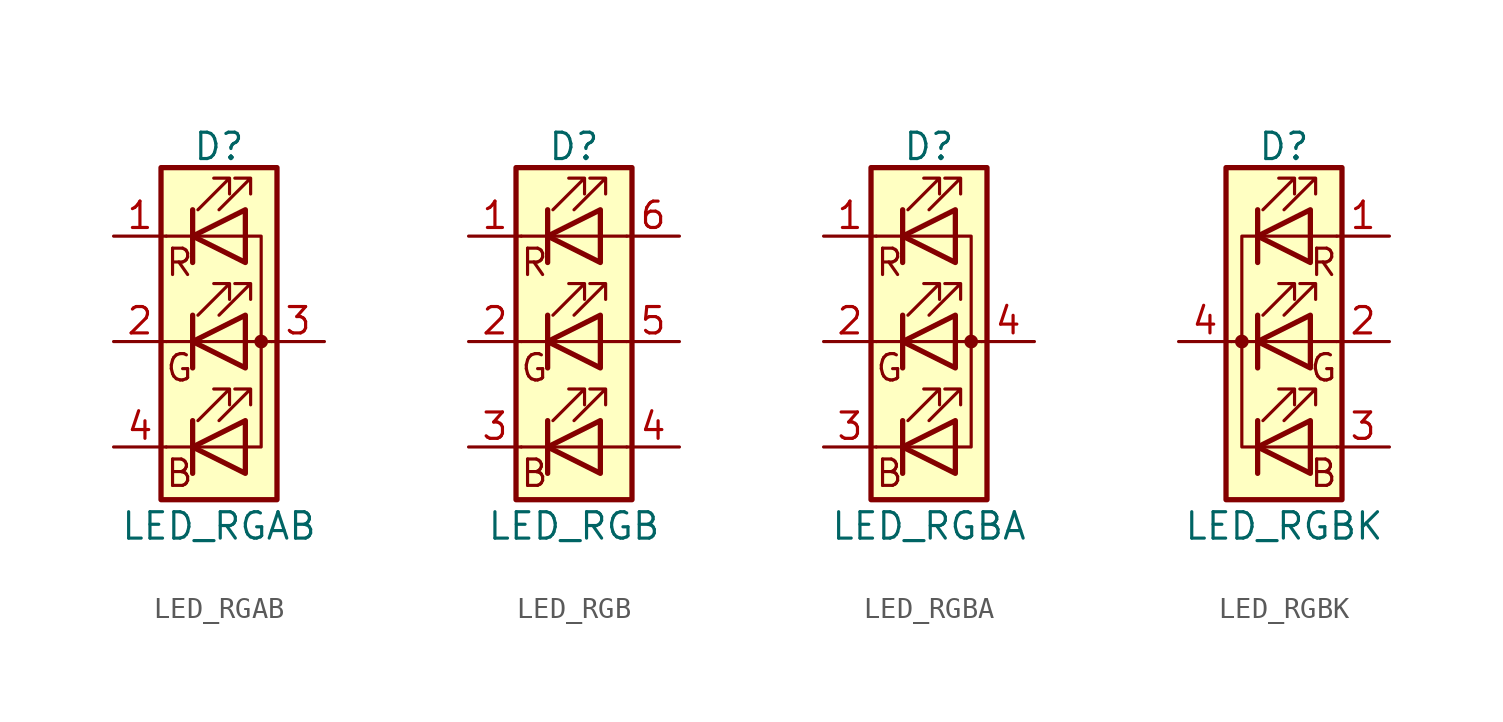
<source format=kicad_sym>
(kicad_symbol_lib
  (version 20241209)
  (generator "kicad_symbol_editor")
  (generator_version "9.0")
  (symbol "LED_RGAB"
    (pin_names
      (offset 0)
      (hide yes))
    (property "Reference" "D"
      (at 0 9.398 0)
      (effects (font (size 1.27 1.27))))
    (property "Value" "LED_RGAB"
      (at 0 -8.89 0)
      (effects (font (size 1.27 1.27))))
    (symbol "LED_RGAB_0_0"
      (text "R" (at -1.905 3.81 0) (effects (font (size 1.27 1.27))))
      (text "G" (at -1.905 -1.27 0) (effects (font (size 1.27 1.27))))
      (text "B" (at -1.905 -6.35 0) (effects (font (size 1.27 1.27)))))
    (symbol "LED_RGAB_0_1"
      (polyline (pts (xy -1.27 6.35) (xy -1.27 3.81)) (stroke (width 0.254) (type default)) (fill (type none)))
      (polyline (pts (xy -1.27 6.35) (xy -1.27 3.81) (xy -1.27 3.81)) (stroke (width 0) (type default)) (fill (type none)))
      (polyline (pts (xy -1.27 5.08) (xy -2.54 5.08)) (stroke (width 0) (type default)) (fill (type none)))
      (polyline (pts (xy -1.27 5.08) (xy 1.27 5.08)) (stroke (width 0) (type default)) (fill (type none)))
      (polyline (pts (xy -1.27 1.27) (xy -1.27 -1.27)) (stroke (width 0.254) (type default)) (fill (type none)))
      (polyline (pts (xy -1.27 1.27) (xy -1.27 -1.27) (xy -1.27 -1.27)) (stroke (width 0) (type default)) (fill (type none)))
      (polyline (pts (xy -1.27 0) (xy -2.54 0)) (stroke (width 0) (type default)) (fill (type none)))
      (polyline (pts (xy -1.27 -3.81) (xy -1.27 -6.35)) (stroke (width 0.254) (type default)) (fill (type none)))
      (polyline (pts (xy -1.27 -5.08) (xy -2.54 -5.08)) (stroke (width 0) (type default)) (fill (type none)))
      (polyline (pts (xy -1.27 -5.08) (xy 1.27 -5.08)) (stroke (width 0) (type default)) (fill (type none)))
      (polyline (pts (xy -1.016 6.35) (xy 0.508 7.874) (xy -0.254 7.874) (xy 0.508 7.874) (xy 0.508 7.112)) (stroke (width 0) (type default)) (fill (type none)))
      (polyline (pts (xy -1.016 1.27) (xy 0.508 2.794) (xy -0.254 2.794) (xy 0.508 2.794) (xy 0.508 2.032)) (stroke (width 0) (type default)) (fill (type none)))
      (polyline (pts (xy -1.016 -3.81) (xy 0.508 -2.286) (xy -0.254 -2.286) (xy 0.508 -2.286) (xy 0.508 -3.048)) (stroke (width 0) (type default)) (fill (type none)))
      (polyline (pts (xy 0 6.35) (xy 1.524 7.874) (xy 0.762 7.874) (xy 1.524 7.874) (xy 1.524 7.112)) (stroke (width 0) (type default)) (fill (type none)))
      (polyline (pts (xy 0 1.27) (xy 1.524 2.794) (xy 0.762 2.794) (xy 1.524 2.794) (xy 1.524 2.032)) (stroke (width 0) (type default)) (fill (type none)))
      (polyline (pts (xy 0 -3.81) (xy 1.524 -2.286) (xy 0.762 -2.286) (xy 1.524 -2.286) (xy 1.524 -3.048)) (stroke (width 0) (type default)) (fill (type none)))
      (polyline (pts (xy 1.27 6.35) (xy 1.27 3.81) (xy -1.27 5.08) (xy 1.27 6.35)) (stroke (width 0.254) (type default)) (fill (type none)))
      (rectangle (start 1.27 6.35) (end 1.27 6.35) (stroke (width 0) (type default)) (fill (type none)))
      (rectangle (start 1.27 3.81) (end 1.27 6.35) (stroke (width 0) (type default)) (fill (type none)))
      (polyline (pts (xy 1.27 1.27) (xy 1.27 -1.27) (xy -1.27 0) (xy 1.27 1.27)) (stroke (width 0.254) (type default)) (fill (type none)))
      (rectangle (start 1.27 1.27) (end 1.27 1.27) (stroke (width 0) (type default)) (fill (type none)))
      (polyline (pts (xy 1.27 0) (xy -1.27 0)) (stroke (width 0) (type default)) (fill (type none)))
      (polyline (pts (xy 1.27 0) (xy 2.54 0)) (stroke (width 0) (type default)) (fill (type none)))
      (rectangle (start 1.27 -1.27) (end 1.27 1.27) (stroke (width 0) (type default)) (fill (type none)))
      (polyline (pts (xy 1.27 -3.81) (xy 1.27 -6.35) (xy -1.27 -5.08) (xy 1.27 -3.81)) (stroke (width 0.254) (type default)) (fill (type none)))
      (polyline (pts (xy 1.27 -5.08) (xy 2.032 -5.08) (xy 2.032 5.08) (xy 1.27 5.08)) (stroke (width 0) (type default)) (fill (type none)))
      (circle (center 2.032 0) (radius 0.254) (stroke (width 0) (type default)) (fill (type outline)))
      (rectangle (start 2.794 8.382) (end -2.794 -7.62) (stroke (width 0.254) (type default)) (fill (type background))))
    (symbol "LED_RGAB_1_1"
      (pin passive line (at -5.08 5.08 0) (length 2.54) (name "RK" (effects (font (size 1.27 1.27)))) (number "1" (effects (font (size 1.27 1.27)))))
      (pin passive line (at -5.08 0 0) (length 2.54) (name "GK" (effects (font (size 1.27 1.27)))) (number "2" (effects (font (size 1.27 1.27)))))
      (pin passive line (at -5.08 -5.08 0) (length 2.54) (name "BK" (effects (font (size 1.27 1.27)))) (number "4" (effects (font (size 1.27 1.27)))))
      (pin passive line (at 5.08 0 180) (length 2.54) (name "A" (effects (font (size 1.27 1.27)))) (number "3" (effects (font (size 1.27 1.27)))))))
  (symbol "LED_RGB"
    (pin_names
      (offset 0)
      (hide yes))
    (property "Reference" "D"
      (at 0 9.398 0)
      (effects (font (size 1.27 1.27))))
    (property "Value" "LED_RGB"
      (at 0 -8.89 0)
      (effects (font (size 1.27 1.27))))
    (symbol "LED_RGB_0_0"
      (text "R" (at -1.905 3.81 0) (effects (font (size 1.27 1.27))))
      (text "G" (at -1.905 -1.27 0) (effects (font (size 1.27 1.27))))
      (text "B" (at -1.905 -6.35 0) (effects (font (size 1.27 1.27)))))
    (symbol "LED_RGB_0_1"
      (polyline (pts (xy -1.27 6.35) (xy -1.27 3.81)) (stroke (width 0.254) (type default)) (fill (type none)))
      (polyline (pts (xy -1.27 6.35) (xy -1.27 3.81) (xy -1.27 3.81)) (stroke (width 0) (type default)) (fill (type none)))
      (polyline (pts (xy -1.27 5.08) (xy -2.54 5.08)) (stroke (width 0) (type default)) (fill (type none)))
      (polyline (pts (xy -1.27 5.08) (xy 1.27 5.08)) (stroke (width 0) (type default)) (fill (type none)))
      (polyline (pts (xy -1.27 1.27) (xy -1.27 -1.27)) (stroke (width 0.254) (type default)) (fill (type none)))
      (polyline (pts (xy -1.27 1.27) (xy -1.27 -1.27) (xy -1.27 -1.27)) (stroke (width 0) (type default)) (fill (type none)))
      (polyline (pts (xy -1.27 0) (xy -2.54 0)) (stroke (width 0) (type default)) (fill (type none)))
      (polyline (pts (xy -1.27 -3.81) (xy -1.27 -6.35)) (stroke (width 0.254) (type default)) (fill (type none)))
      (polyline (pts (xy -1.27 -5.08) (xy -2.54 -5.08)) (stroke (width 0) (type default)) (fill (type none)))
      (polyline (pts (xy -1.27 -5.08) (xy 1.27 -5.08)) (stroke (width 0) (type default)) (fill (type none)))
      (polyline (pts (xy -1.016 6.35) (xy 0.508 7.874) (xy -0.254 7.874) (xy 0.508 7.874) (xy 0.508 7.112)) (stroke (width 0) (type default)) (fill (type none)))
      (polyline (pts (xy -1.016 1.27) (xy 0.508 2.794) (xy -0.254 2.794) (xy 0.508 2.794) (xy 0.508 2.032)) (stroke (width 0) (type default)) (fill (type none)))
      (polyline (pts (xy -1.016 -3.81) (xy 0.508 -2.286) (xy -0.254 -2.286) (xy 0.508 -2.286) (xy 0.508 -3.048)) (stroke (width 0) (type default)) (fill (type none)))
      (polyline (pts (xy 0 6.35) (xy 1.524 7.874) (xy 0.762 7.874) (xy 1.524 7.874) (xy 1.524 7.112)) (stroke (width 0) (type default)) (fill (type none)))
      (polyline (pts (xy 0 1.27) (xy 1.524 2.794) (xy 0.762 2.794) (xy 1.524 2.794) (xy 1.524 2.032)) (stroke (width 0) (type default)) (fill (type none)))
      (polyline (pts (xy 0 -3.81) (xy 1.524 -2.286) (xy 0.762 -2.286) (xy 1.524 -2.286) (xy 1.524 -3.048)) (stroke (width 0) (type default)) (fill (type none)))
      (polyline (pts (xy 1.27 6.35) (xy 1.27 3.81) (xy -1.27 5.08) (xy 1.27 6.35)) (stroke (width 0.254) (type default)) (fill (type none)))
      (rectangle (start 1.27 6.35) (end 1.27 6.35) (stroke (width 0) (type default)) (fill (type none)))
      (polyline (pts (xy 1.27 5.08) (xy 2.54 5.08)) (stroke (width 0) (type default)) (fill (type none)))
      (rectangle (start 1.27 3.81) (end 1.27 6.35) (stroke (width 0) (type default)) (fill (type none)))
      (polyline (pts (xy 1.27 1.27) (xy 1.27 -1.27) (xy -1.27 0) (xy 1.27 1.27)) (stroke (width 0.254) (type default)) (fill (type none)))
      (rectangle (start 1.27 1.27) (end 1.27 1.27) (stroke (width 0) (type default)) (fill (type none)))
      (polyline (pts (xy 1.27 0) (xy -1.27 0)) (stroke (width 0) (type default)) (fill (type none)))
      (polyline (pts (xy 1.27 0) (xy 2.54 0)) (stroke (width 0) (type default)) (fill (type none)))
      (rectangle (start 1.27 -1.27) (end 1.27 1.27) (stroke (width 0) (type default)) (fill (type none)))
      (polyline (pts (xy 1.27 -3.81) (xy 1.27 -6.35) (xy -1.27 -5.08) (xy 1.27 -3.81)) (stroke (width 0.254) (type default)) (fill (type none)))
      (polyline (pts (xy 1.27 -5.08) (xy 2.54 -5.08)) (stroke (width 0) (type default)) (fill (type none)))
      (rectangle (start 2.794 8.382) (end -2.794 -7.62) (stroke (width 0.254) (type default)) (fill (type background))))
    (symbol "LED_RGB_1_1"
      (pin passive line (at -5.08 5.08 0) (length 2.54) (name "RK" (effects (font (size 1.27 1.27)))) (number "1" (effects (font (size 1.27 1.27)))))
      (pin passive line (at -5.08 0 0) (length 2.54) (name "GK" (effects (font (size 1.27 1.27)))) (number "2" (effects (font (size 1.27 1.27)))))
      (pin passive line (at -5.08 -5.08 0) (length 2.54) (name "BK" (effects (font (size 1.27 1.27)))) (number "3" (effects (font (size 1.27 1.27)))))
      (pin passive line (at 5.08 5.08 180) (length 2.54) (name "RA" (effects (font (size 1.27 1.27)))) (number "6" (effects (font (size 1.27 1.27)))))
      (pin passive line (at 5.08 0 180) (length 2.54) (name "GA" (effects (font (size 1.27 1.27)))) (number "5" (effects (font (size 1.27 1.27)))))
      (pin passive line (at 5.08 -5.08 180) (length 2.54) (name "BA" (effects (font (size 1.27 1.27)))) (number "4" (effects (font (size 1.27 1.27)))))))
  (symbol "LED_RGBA"
    (pin_names
      (offset 0)
      (hide yes))
    (property "Reference" "D"
      (at 0 9.398 0)
      (effects (font (size 1.27 1.27))))
    (property "Value" "LED_RGBA"
      (at 0 -8.89 0)
      (effects (font (size 1.27 1.27))))
    (symbol "LED_RGBA_0_0"
      (text "R" (at -1.905 3.81 0) (effects (font (size 1.27 1.27))))
      (text "G" (at -1.905 -1.27 0) (effects (font (size 1.27 1.27))))
      (text "B" (at -1.905 -6.35 0) (effects (font (size 1.27 1.27)))))
    (symbol "LED_RGBA_0_1"
      (polyline (pts (xy -1.27 6.35) (xy -1.27 3.81)) (stroke (width 0.254) (type default)) (fill (type none)))
      (polyline (pts (xy -1.27 6.35) (xy -1.27 3.81) (xy -1.27 3.81)) (stroke (width 0) (type default)) (fill (type none)))
      (polyline (pts (xy -1.27 5.08) (xy -2.54 5.08)) (stroke (width 0) (type default)) (fill (type none)))
      (polyline (pts (xy -1.27 5.08) (xy 1.27 5.08)) (stroke (width 0) (type default)) (fill (type none)))
      (polyline (pts (xy -1.27 1.27) (xy -1.27 -1.27)) (stroke (width 0.254) (type default)) (fill (type none)))
      (polyline (pts (xy -1.27 1.27) (xy -1.27 -1.27) (xy -1.27 -1.27)) (stroke (width 0) (type default)) (fill (type none)))
      (polyline (pts (xy -1.27 0) (xy -2.54 0)) (stroke (width 0) (type default)) (fill (type none)))
      (polyline (pts (xy -1.27 -3.81) (xy -1.27 -6.35)) (stroke (width 0.254) (type default)) (fill (type none)))
      (polyline (pts (xy -1.27 -5.08) (xy -2.54 -5.08)) (stroke (width 0) (type default)) (fill (type none)))
      (polyline (pts (xy -1.27 -5.08) (xy 1.27 -5.08)) (stroke (width 0) (type default)) (fill (type none)))
      (polyline (pts (xy -1.016 6.35) (xy 0.508 7.874) (xy -0.254 7.874) (xy 0.508 7.874) (xy 0.508 7.112)) (stroke (width 0) (type default)) (fill (type none)))
      (polyline (pts (xy -1.016 1.27) (xy 0.508 2.794) (xy -0.254 2.794) (xy 0.508 2.794) (xy 0.508 2.032)) (stroke (width 0) (type default)) (fill (type none)))
      (polyline (pts (xy -1.016 -3.81) (xy 0.508 -2.286) (xy -0.254 -2.286) (xy 0.508 -2.286) (xy 0.508 -3.048)) (stroke (width 0) (type default)) (fill (type none)))
      (polyline (pts (xy 0 6.35) (xy 1.524 7.874) (xy 0.762 7.874) (xy 1.524 7.874) (xy 1.524 7.112)) (stroke (width 0) (type default)) (fill (type none)))
      (polyline (pts (xy 0 1.27) (xy 1.524 2.794) (xy 0.762 2.794) (xy 1.524 2.794) (xy 1.524 2.032)) (stroke (width 0) (type default)) (fill (type none)))
      (polyline (pts (xy 0 -3.81) (xy 1.524 -2.286) (xy 0.762 -2.286) (xy 1.524 -2.286) (xy 1.524 -3.048)) (stroke (width 0) (type default)) (fill (type none)))
      (polyline (pts (xy 1.27 6.35) (xy 1.27 3.81) (xy -1.27 5.08) (xy 1.27 6.35)) (stroke (width 0.254) (type default)) (fill (type none)))
      (rectangle (start 1.27 6.35) (end 1.27 6.35) (stroke (width 0) (type default)) (fill (type none)))
      (rectangle (start 1.27 3.81) (end 1.27 6.35) (stroke (width 0) (type default)) (fill (type none)))
      (polyline (pts (xy 1.27 1.27) (xy 1.27 -1.27) (xy -1.27 0) (xy 1.27 1.27)) (stroke (width 0.254) (type default)) (fill (type none)))
      (rectangle (start 1.27 1.27) (end 1.27 1.27) (stroke (width 0) (type default)) (fill (type none)))
      (polyline (pts (xy 1.27 0) (xy -1.27 0)) (stroke (width 0) (type default)) (fill (type none)))
      (polyline (pts (xy 1.27 0) (xy 2.54 0)) (stroke (width 0) (type default)) (fill (type none)))
      (rectangle (start 1.27 -1.27) (end 1.27 1.27) (stroke (width 0) (type default)) (fill (type none)))
      (polyline (pts (xy 1.27 -3.81) (xy 1.27 -6.35) (xy -1.27 -5.08) (xy 1.27 -3.81)) (stroke (width 0.254) (type default)) (fill (type none)))
      (polyline (pts (xy 1.27 -5.08) (xy 2.032 -5.08) (xy 2.032 5.08) (xy 1.27 5.08)) (stroke (width 0) (type default)) (fill (type none)))
      (circle (center 2.032 0) (radius 0.254) (stroke (width 0) (type default)) (fill (type outline)))
      (rectangle (start 2.794 8.382) (end -2.794 -7.62) (stroke (width 0.254) (type default)) (fill (type background))))
    (symbol "LED_RGBA_1_1"
      (pin passive line (at -5.08 5.08 0) (length 2.54) (name "RK" (effects (font (size 1.27 1.27)))) (number "1" (effects (font (size 1.27 1.27)))))
      (pin passive line (at -5.08 0 0) (length 2.54) (name "GK" (effects (font (size 1.27 1.27)))) (number "2" (effects (font (size 1.27 1.27)))))
      (pin passive line (at -5.08 -5.08 0) (length 2.54) (name "BK" (effects (font (size 1.27 1.27)))) (number "3" (effects (font (size 1.27 1.27)))))
      (pin passive line (at 5.08 0 180) (length 2.54) (name "A" (effects (font (size 1.27 1.27)))) (number "4" (effects (font (size 1.27 1.27)))))))
  (symbol "LED_RGBK"
    (pin_names
      (offset 0)
      (hide yes))
    (property "Reference" "D"
      (at 0 9.398 0)
      (effects (font (size 1.27 1.27))))
    (property "Value" "LED_RGBK"
      (at 0 -8.89 0)
      (effects (font (size 1.27 1.27))))
    (symbol "LED_RGBK_0_0"
      (text "R" (at 1.905 3.81 0) (effects (font (size 1.27 1.27))))
      (text "G" (at 1.905 -1.27 0) (effects (font (size 1.27 1.27))))
      (text "B" (at 1.905 -6.35 0) (effects (font (size 1.27 1.27)))))
    (symbol "LED_RGBK_0_1"
      (circle (center -2.032 0) (radius 0.254) (stroke (width 0) (type default)) (fill (type outline)))
      (polyline (pts (xy -1.27 6.35) (xy -1.27 3.81)) (stroke (width 0.254) (type default)) (fill (type none)))
      (polyline (pts (xy -1.27 6.35) (xy -1.27 3.81) (xy -1.27 3.81)) (stroke (width 0) (type default)) (fill (type none)))
      (polyline (pts (xy -1.27 5.08) (xy 1.27 5.08)) (stroke (width 0) (type default)) (fill (type none)))
      (polyline (pts (xy -1.27 5.08) (xy -2.032 5.08) (xy -2.032 -5.08) (xy -1.016 -5.08)) (stroke (width 0) (type default)) (fill (type none)))
      (polyline (pts (xy -1.27 1.27) (xy -1.27 -1.27)) (stroke (width 0.254) (type default)) (fill (type none)))
      (polyline (pts (xy -1.27 1.27) (xy -1.27 -1.27) (xy -1.27 -1.27)) (stroke (width 0) (type default)) (fill (type none)))
      (polyline (pts (xy -1.27 0) (xy -2.54 0)) (stroke (width 0) (type default)) (fill (type none)))
      (polyline (pts (xy -1.27 -3.81) (xy -1.27 -6.35)) (stroke (width 0.254) (type default)) (fill (type none)))
      (polyline (pts (xy -1.27 -5.08) (xy 1.27 -5.08)) (stroke (width 0) (type default)) (fill (type none)))
      (polyline (pts (xy -1.016 6.35) (xy 0.508 7.874) (xy -0.254 7.874) (xy 0.508 7.874) (xy 0.508 7.112)) (stroke (width 0) (type default)) (fill (type none)))
      (polyline (pts (xy -1.016 1.27) (xy 0.508 2.794) (xy -0.254 2.794) (xy 0.508 2.794) (xy 0.508 2.032)) (stroke (width 0) (type default)) (fill (type none)))
      (polyline (pts (xy -1.016 -3.81) (xy 0.508 -2.286) (xy -0.254 -2.286) (xy 0.508 -2.286) (xy 0.508 -3.048)) (stroke (width 0) (type default)) (fill (type none)))
      (polyline (pts (xy 0 6.35) (xy 1.524 7.874) (xy 0.762 7.874) (xy 1.524 7.874) (xy 1.524 7.112)) (stroke (width 0) (type default)) (fill (type none)))
      (polyline (pts (xy 0 1.27) (xy 1.524 2.794) (xy 0.762 2.794) (xy 1.524 2.794) (xy 1.524 2.032)) (stroke (width 0) (type default)) (fill (type none)))
      (polyline (pts (xy 0 -3.81) (xy 1.524 -2.286) (xy 0.762 -2.286) (xy 1.524 -2.286) (xy 1.524 -3.048)) (stroke (width 0) (type default)) (fill (type none)))
      (polyline (pts (xy 1.27 6.35) (xy 1.27 3.81) (xy -1.27 5.08) (xy 1.27 6.35)) (stroke (width 0.254) (type default)) (fill (type none)))
      (rectangle (start 1.27 6.35) (end 1.27 6.35) (stroke (width 0) (type default)) (fill (type none)))
      (polyline (pts (xy 1.27 5.08) (xy 2.54 5.08)) (stroke (width 0) (type default)) (fill (type none)))
      (rectangle (start 1.27 3.81) (end 1.27 6.35) (stroke (width 0) (type default)) (fill (type none)))
      (polyline (pts (xy 1.27 1.27) (xy 1.27 -1.27) (xy -1.27 0) (xy 1.27 1.27)) (stroke (width 0.254) (type default)) (fill (type none)))
      (rectangle (start 1.27 1.27) (end 1.27 1.27) (stroke (width 0) (type default)) (fill (type none)))
      (polyline (pts (xy 1.27 0) (xy -1.27 0)) (stroke (width 0) (type default)) (fill (type none)))
      (polyline (pts (xy 1.27 0) (xy 2.54 0)) (stroke (width 0) (type default)) (fill (type none)))
      (rectangle (start 1.27 -1.27) (end 1.27 1.27) (stroke (width 0) (type default)) (fill (type none)))
      (polyline (pts (xy 1.27 -3.81) (xy 1.27 -6.35) (xy -1.27 -5.08) (xy 1.27 -3.81)) (stroke (width 0.254) (type default)) (fill (type none)))
      (polyline (pts (xy 1.27 -5.08) (xy 2.54 -5.08)) (stroke (width 0) (type default)) (fill (type none)))
      (rectangle (start 2.794 8.382) (end -2.794 -7.62) (stroke (width 0.254) (type default)) (fill (type background))))
    (symbol "LED_RGBK_1_1"
      (pin passive line (at -5.08 0 0) (length 2.54) (name "K" (effects (font (size 1.27 1.27)))) (number "4" (effects (font (size 1.27 1.27)))))
      (pin passive line (at 5.08 5.08 180) (length 2.54) (name "RA" (effects (font (size 1.27 1.27)))) (number "1" (effects (font (size 1.27 1.27)))))
      (pin passive line (at 5.08 0 180) (length 2.54) (name "GA" (effects (font (size 1.27 1.27)))) (number "2" (effects (font (size 1.27 1.27)))))
      (pin passive line (at 5.08 -5.08 180) (length 2.54) (name "BA" (effects (font (size 1.27 1.27)))) (number "3" (effects (font (size 1.27 1.27))))))))
</source>
